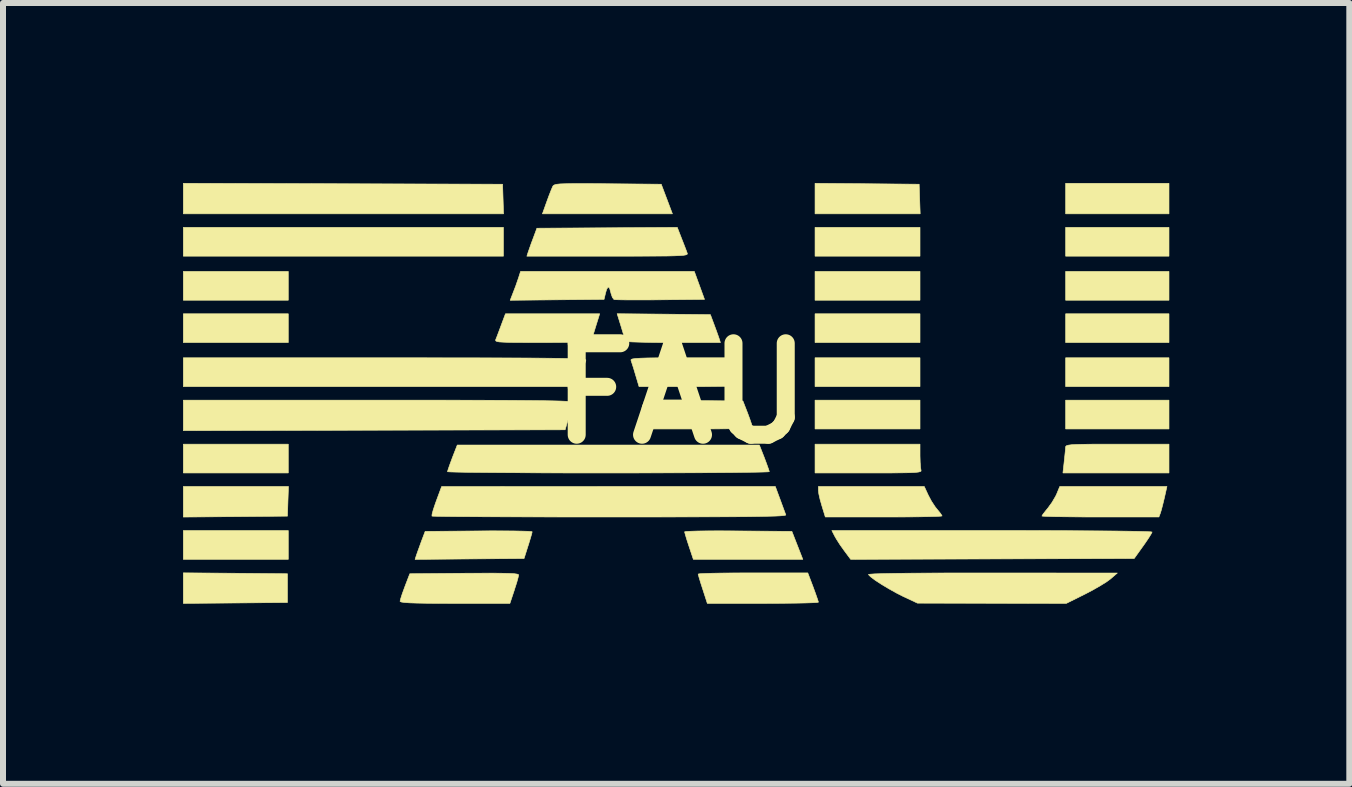
<source format=kicad_pcb>
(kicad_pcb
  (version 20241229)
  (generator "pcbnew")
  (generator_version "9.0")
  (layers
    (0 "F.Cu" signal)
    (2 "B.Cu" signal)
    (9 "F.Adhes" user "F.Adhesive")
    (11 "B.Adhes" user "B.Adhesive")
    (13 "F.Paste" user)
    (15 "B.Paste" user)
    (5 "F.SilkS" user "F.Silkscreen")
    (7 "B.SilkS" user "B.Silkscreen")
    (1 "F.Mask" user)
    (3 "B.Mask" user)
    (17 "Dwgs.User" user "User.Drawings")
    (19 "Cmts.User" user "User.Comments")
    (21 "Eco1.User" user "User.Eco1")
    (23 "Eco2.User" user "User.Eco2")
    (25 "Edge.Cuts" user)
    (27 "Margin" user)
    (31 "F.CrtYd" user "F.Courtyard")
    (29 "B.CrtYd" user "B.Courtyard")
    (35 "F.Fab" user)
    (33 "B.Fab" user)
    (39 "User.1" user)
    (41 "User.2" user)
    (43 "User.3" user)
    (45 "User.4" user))
  (footprint "FAU"
    (layer "F.Cu")
    (at 8.302 3.505)
    (property "Reference" "FAU" (at 0 0 0) (layer "F.SilkS") (effects (font (size 1.524 1.524) (thickness 0.3))))
    (attr through_hole)
    (fp_poly (pts (xy -6.548 -1.552) (xy -8.297 -1.552) (xy -8.297 -2.032) (xy -6.548 -2.032) (xy -6.548 -1.552)) (stroke (width 0.01) (type solid)) (fill yes) (layer "F.SilkS"))
    (fp_poly (pts (xy -6.548 -0.847) (xy -8.297 -0.847) (xy -8.297 -1.326) (xy -6.548 -1.326) (xy -6.548 -0.847)) (stroke (width 0.01) (type solid)) (fill yes) (layer "F.SilkS"))
    (fp_poly (pts (xy -6.548 1.326) (xy -8.297 1.326) (xy -8.297 0.847) (xy -6.548 0.847) (xy -6.548 1.326)) (stroke (width 0.01) (type solid)) (fill yes) (layer "F.SilkS"))
    (fp_poly (pts (xy -6.548 2.766) (xy -8.297 2.766) (xy -8.297 2.286) (xy -6.548 2.286) (xy -6.548 2.766)) (stroke (width 0.01) (type solid)) (fill yes) (layer "F.SilkS"))
    (fp_poly (pts (xy -2.963 -2.286) (xy -8.297 -2.286) (xy -8.297 -2.766) (xy -2.963 -2.766) (xy -2.963 -2.286)) (stroke (width 0.01) (type solid)) (fill yes) (layer "F.SilkS"))
    (fp_poly (pts (xy 3.979 -2.286) (xy 2.23 -2.286) (xy 2.23 -2.766) (xy 3.979 -2.766) (xy 3.979 -2.286)) (stroke (width 0.01) (type solid)) (fill yes) (layer "F.SilkS"))
    (fp_poly (pts (xy 3.979 -1.552) (xy 2.23 -1.552) (xy 2.23 -2.032) (xy 3.979 -2.032) (xy 3.979 -1.552)) (stroke (width 0.01) (type solid)) (fill yes) (layer "F.SilkS"))
    (fp_poly (pts (xy 3.979 -0.847) (xy 2.23 -0.847) (xy 2.23 -1.326) (xy 3.979 -1.326) (xy 3.979 -0.847)) (stroke (width 0.01) (type solid)) (fill yes) (layer "F.SilkS"))
    (fp_poly (pts (xy 3.979 -0.113) (xy 2.23 -0.113) (xy 2.23 -0.593) (xy 3.979 -0.593) (xy 3.979 -0.113)) (stroke (width 0.01) (type solid)) (fill yes) (layer "F.SilkS"))
    (fp_poly (pts (xy 3.979 0.593) (xy 2.23 0.593) (xy 2.23 0.113) (xy 3.979 0.113) (xy 3.979 0.593)) (stroke (width 0.01) (type solid)) (fill yes) (layer "F.SilkS"))
    (fp_poly (pts (xy 8.128 -2.992) (xy 6.406 -2.992) (xy 6.406 -3.5) (xy 8.128 -3.5) (xy 8.128 -2.992)) (stroke (width 0.01) (type solid)) (fill yes) (layer "F.SilkS"))
    (fp_poly (pts (xy 8.128 -2.286) (xy 6.406 -2.286) (xy 6.406 -2.766) (xy 8.128 -2.766) (xy 8.128 -2.286)) (stroke (width 0.01) (type solid)) (fill yes) (layer "F.SilkS"))
    (fp_poly (pts (xy 8.128 -1.552) (xy 6.406 -1.552) (xy 6.406 -2.032) (xy 8.128 -2.032) (xy 8.128 -1.552)) (stroke (width 0.01) (type solid)) (fill yes) (layer "F.SilkS"))
    (fp_poly (pts (xy 8.128 -0.847) (xy 6.406 -0.847) (xy 6.406 -1.326) (xy 8.128 -1.326) (xy 8.128 -0.847)) (stroke (width 0.01) (type solid)) (fill yes) (layer "F.SilkS"))
    (fp_poly (pts (xy 8.128 -0.113) (xy 6.406 -0.113) (xy 6.406 -0.593) (xy 8.128 -0.593) (xy 8.128 -0.113)) (stroke (width 0.01) (type solid)) (fill yes) (layer "F.SilkS"))
    (fp_poly (pts (xy 8.128 0.593) (xy 6.406 0.593) (xy 6.406 0.113) (xy 8.128 0.113) (xy 8.128 0.593)) (stroke (width 0.01) (type solid)) (fill yes) (layer "F.SilkS"))
    (fp_poly (pts (xy -7.429 2.998) (xy -6.562 3.006) (xy -6.562 3.485) (xy -7.429 3.493) (xy -8.297 3.5) (xy -8.297 2.991) (xy -7.429 2.998)) (stroke (width 0.01) (type solid)) (fill yes) (layer "F.SilkS"))
    (fp_poly (pts (xy -6.554 1.799) (xy -6.562 2.046) (xy -7.429 2.054) (xy -8.297 2.061) (xy -8.297 1.552) (xy -6.545 1.552) (xy -6.554 1.799)) (stroke (width 0.01) (type solid)) (fill yes) (layer "F.SilkS"))
    (fp_poly (pts (xy -5.637 -3.493) (xy -2.977 -3.485) (xy -2.969 -3.239) (xy -2.961 -2.992) (xy -8.297 -2.992) (xy -8.297 -3.5) (xy -5.637 -3.493)) (stroke (width 0.01) (type solid)) (fill yes) (layer "F.SilkS"))
    (fp_poly (pts (xy 3.097 -3.493) (xy 3.965 -3.485) (xy 3.973 -3.239) (xy 3.982 -2.992) (xy 2.23 -2.992) (xy 2.23 -3.5) (xy 3.097 -3.493)) (stroke (width 0.01) (type solid)) (fill yes) (layer "F.SilkS"))
    (fp_poly (pts (xy 0.831 2.292) (xy 0.95 2.293) (xy 1.844 2.3) (xy 1.935 2.533) (xy 2.026 2.766) (xy 0.202 2.766) (xy 0.129 2.547) (xy 0.095 2.443) (xy 0.07 2.36) (xy 0.057 2.312) (xy 0.056 2.307) (xy 0.084 2.302) (xy 0.16 2.298) (xy 0.28 2.294) (xy 0.436 2.292) (xy 0.622 2.291) (xy 0.831 2.292)) (stroke (width 0.01) (type solid)) (fill yes) (layer "F.SilkS"))
    (fp_poly (pts (xy 3.979 1.042) (xy 3.982 1.147) (xy 3.988 1.234) (xy 3.996 1.282) (xy 3.997 1.294) (xy 3.983 1.304) (xy 3.95 1.312) (xy 3.893 1.318) (xy 3.805 1.322) (xy 3.681 1.324) (xy 3.516 1.326) (xy 3.303 1.326) (xy 3.122 1.326) (xy 2.23 1.326) (xy 2.23 0.847) (xy 3.979 0.847) (xy 3.979 1.042)) (stroke (width 0.01) (type solid)) (fill yes) (layer "F.SilkS"))
    (fp_poly (pts (xy 8.128 1.326) (xy 6.361 1.326) (xy 6.382 1.136) (xy 6.393 1.031) (xy 6.402 0.944) (xy 6.405 0.896) (xy 6.409 0.882) (xy 6.423 0.871) (xy 6.453 0.863) (xy 6.505 0.856) (xy 6.586 0.852) (xy 6.7 0.849) (xy 6.853 0.847) (xy 7.053 0.847) (xy 7.267 0.847) (xy 8.128 0.847) (xy 8.128 1.326)) (stroke (width 0.01) (type solid)) (fill yes) (layer "F.SilkS"))
    (fp_poly (pts (xy -1.471 -3.495) (xy -1.224 -3.493) (xy -0.333 -3.485) (xy -0.24 -3.239) (xy -0.147 -2.992) (xy -2.313 -2.992) (xy -2.24 -3.196) (xy -2.201 -3.302) (xy -2.166 -3.391) (xy -2.142 -3.447) (xy -2.14 -3.451) (xy -2.13 -3.464) (xy -2.11 -3.475) (xy -2.076 -3.484) (xy -2.02 -3.49) (xy -1.938 -3.493) (xy -1.823 -3.495) (xy -1.669 -3.496) (xy -1.471 -3.495)) (stroke (width 0.01) (type solid)) (fill yes) (layer "F.SilkS"))
    (fp_poly (pts (xy -2.959 2.292) (xy -2.786 2.293) (xy -2.647 2.296) (xy -2.546 2.299) (xy -2.492 2.304) (xy -2.484 2.307) (xy -2.492 2.342) (xy -2.514 2.417) (xy -2.544 2.516) (xy -2.552 2.54) (xy -2.619 2.752) (xy -3.527 2.759) (xy -4.435 2.767) (xy -4.415 2.703) (xy -4.394 2.643) (xy -4.361 2.552) (xy -4.331 2.469) (xy -4.267 2.3) (xy -3.376 2.293) (xy -3.158 2.291) (xy -2.959 2.292)) (stroke (width 0.01) (type solid)) (fill yes) (layer "F.SilkS"))
    (fp_poly (pts (xy -0.291 -1.32) (xy 0.486 -1.312) (xy 0.549 -1.143) (xy 0.586 -1.043) (xy 0.617 -0.956) (xy 0.633 -0.91) (xy 0.653 -0.847) (xy -0.139 -0.847) (xy -0.344 -0.847) (xy -0.529 -0.849) (xy -0.688 -0.853) (xy -0.812 -0.857) (xy -0.896 -0.862) (xy -0.931 -0.867) (xy -0.932 -0.868) (xy -0.94 -0.903) (xy -0.961 -0.978) (xy -0.991 -1.078) (xy -1 -1.108) (xy -1.068 -1.327) (xy -0.291 -1.32)) (stroke (width 0.01) (type solid)) (fill yes) (layer "F.SilkS"))
    (fp_poly (pts (xy 4.116 1.695) (xy 4.17 1.797) (xy 4.234 1.894) (xy 4.264 1.931) (xy 4.314 1.992) (xy 4.343 2.034) (xy 4.346 2.043) (xy 4.319 2.047) (xy 4.242 2.051) (xy 4.121 2.054) (xy 3.963 2.057) (xy 3.775 2.059) (xy 3.562 2.06) (xy 3.374 2.06) (xy 2.401 2.06) (xy 2.344 1.874) (xy 2.314 1.769) (xy 2.293 1.676) (xy 2.286 1.62) (xy 2.286 1.552) (xy 4.05 1.552) (xy 4.116 1.695)) (stroke (width 0.01) (type solid)) (fill yes) (layer "F.SilkS"))
    (fp_poly (pts (xy 8.051 1.743) (xy 8.025 1.85) (xy 8.001 1.942) (xy 7.984 1.997) (xy 7.96 2.06) (xy 6.986 2.06) (xy 6.758 2.06) (xy 6.548 2.058) (xy 6.365 2.056) (xy 6.213 2.054) (xy 6.099 2.05) (xy 6.03 2.047) (xy 6.011 2.044) (xy 6.028 2.014) (xy 6.072 1.958) (xy 6.109 1.913) (xy 6.178 1.818) (xy 6.239 1.714) (xy 6.257 1.676) (xy 6.308 1.552) (xy 7.201 1.552) (xy 8.094 1.552) (xy 8.051 1.743)) (stroke (width 0.01) (type solid)) (fill yes) (layer "F.SilkS"))
    (fp_poly (pts (xy -4.537 0.113) (xy -4.076 0.113) (xy -3.666 0.114) (xy -3.305 0.115) (xy -2.991 0.116) (xy -2.719 0.118) (xy -2.489 0.12) (xy -2.297 0.122) (xy -2.141 0.125) (xy -2.019 0.128) (xy -1.927 0.132) (xy -1.863 0.136) (xy -1.824 0.141) (xy -1.809 0.147) (xy -1.808 0.148) (xy -1.817 0.191) (xy -1.838 0.271) (xy -1.867 0.374) (xy -1.873 0.395) (xy -1.935 0.607) (xy -5.116 0.614) (xy -8.297 0.621) (xy -8.297 0.113) (xy -5.052 0.113) (xy -4.537 0.113)) (stroke (width 0.01) (type solid)) (fill yes) (layer "F.SilkS"))
    (fp_poly (pts (xy -4.421 -0.593) (xy -3.96 -0.592) (xy -3.55 -0.592) (xy -3.188 -0.591) (xy -2.871 -0.59) (xy -2.597 -0.589) (xy -2.363 -0.587) (xy -2.166 -0.585) (xy -2.003 -0.583) (xy -1.871 -0.58) (xy -1.769 -0.577) (xy -1.692 -0.573) (xy -1.639 -0.569) (xy -1.606 -0.564) (xy -1.591 -0.558) (xy -1.589 -0.554) (xy -1.604 -0.509) (xy -1.63 -0.427) (xy -1.661 -0.325) (xy -1.664 -0.314) (xy -1.724 -0.113) (xy -8.297 -0.113) (xy -8.297 -0.593) (xy -4.936 -0.593) (xy -4.421 -0.593)) (stroke (width 0.01) (type solid)) (fill yes) (layer "F.SilkS"))
    (fp_poly (pts (xy 5.589 2.286) (xy 5.976 2.287) (xy 6.336 2.288) (xy 6.666 2.29) (xy 6.962 2.292) (xy 7.221 2.294) (xy 7.439 2.297) (xy 7.614 2.3) (xy 7.743 2.304) (xy 7.821 2.307) (xy 7.846 2.311) (xy 7.83 2.344) (xy 7.789 2.41) (xy 7.729 2.499) (xy 7.697 2.544) (xy 7.548 2.752) (xy 5.186 2.759) (xy 2.824 2.766) (xy 2.714 2.618) (xy 2.647 2.524) (xy 2.588 2.432) (xy 2.557 2.378) (xy 2.51 2.286) (xy 5.178 2.286) (xy 5.589 2.286)) (stroke (width 0.01) (type solid)) (fill yes) (layer "F.SilkS"))
    (fp_poly (pts (xy 7.267 2.994) (xy 7.154 3.092) (xy 7.083 3.144) (xy 6.976 3.21) (xy 6.848 3.283) (xy 6.729 3.345) (xy 6.417 3.5) (xy 3.937 3.496) (xy 3.708 3.389) (xy 3.588 3.328) (xy 3.461 3.257) (xy 3.339 3.184) (xy 3.233 3.115) (xy 3.156 3.057) (xy 3.119 3.02) (xy 3.143 3.014) (xy 3.223 3.008) (xy 3.36 3.004) (xy 3.554 3) (xy 3.804 2.997) (xy 4.11 2.995) (xy 4.473 2.993) (xy 4.892 2.993) (xy 5.184 2.993) (xy 7.267 2.994)) (stroke (width 0.01) (type solid)) (fill yes) (layer "F.SilkS"))
    (fp_poly (pts (xy 0.008 -2.576) (xy 0.048 -2.474) (xy 0.081 -2.388) (xy 0.1 -2.336) (xy 0.101 -2.335) (xy 0.102 -2.324) (xy 0.095 -2.314) (xy 0.074 -2.307) (xy 0.035 -2.3) (xy -0.027 -2.296) (xy -0.117 -2.292) (xy -0.238 -2.289) (xy -0.396 -2.288) (xy -0.596 -2.287) (xy -0.842 -2.286) (xy -1.138 -2.286) (xy -1.227 -2.286) (xy -2.572 -2.286) (xy -2.552 -2.349) (xy -2.531 -2.409) (xy -2.499 -2.5) (xy -2.468 -2.582) (xy -2.405 -2.752) (xy -1.235 -2.759) (xy -0.066 -2.766) (xy 0.008 -2.576)) (stroke (width 0.01) (type solid)) (fill yes) (layer "F.SilkS"))
    (fp_poly (pts (xy 0.303 -1.799) (xy 0.388 -1.566) (xy -0.349 -1.559) (xy -0.549 -1.557) (xy -0.73 -1.557) (xy -0.886 -1.557) (xy -1.008 -1.559) (xy -1.089 -1.561) (xy -1.12 -1.564) (xy -1.147 -1.598) (xy -1.17 -1.665) (xy -1.173 -1.678) (xy -1.194 -1.753) (xy -1.217 -1.773) (xy -1.242 -1.736) (xy -1.261 -1.672) (xy -1.286 -1.566) (xy -2.068 -1.559) (xy -2.85 -1.551) (xy -2.798 -1.686) (xy -2.758 -1.79) (xy -2.722 -1.894) (xy -2.711 -1.926) (xy -2.677 -2.032) (xy 0.218 -2.032) (xy 0.303 -1.799)) (stroke (width 0.01) (type solid)) (fill yes) (layer "F.SilkS"))
    (fp_poly (pts (xy 0.057 0.118) (xy 0.203 0.12) (xy 1.028 0.127) (xy 1.105 0.325) (xy 1.142 0.425) (xy 1.17 0.507) (xy 1.183 0.555) (xy 1.184 0.557) (xy 1.172 0.568) (xy 1.133 0.576) (xy 1.062 0.583) (xy 0.955 0.587) (xy 0.805 0.59) (xy 0.609 0.592) (xy 0.362 0.593) (xy 0.344 0.593) (xy -0.497 0.593) (xy -0.559 0.382) (xy -0.588 0.278) (xy -0.61 0.194) (xy -0.621 0.145) (xy -0.621 0.141) (xy -0.594 0.132) (xy -0.514 0.125) (xy -0.378 0.12) (xy -0.188 0.118) (xy 0.057 0.118)) (stroke (width 0.01) (type solid)) (fill yes) (layer "F.SilkS"))
    (fp_poly (pts (xy 2.198 3.226) (xy 2.237 3.333) (xy 2.267 3.419) (xy 2.284 3.471) (xy 2.286 3.48) (xy 2.259 3.485) (xy 2.182 3.489) (xy 2.062 3.493) (xy 1.905 3.496) (xy 1.718 3.498) (xy 1.508 3.499) (xy 1.36 3.5) (xy 0.435 3.5) (xy 0.359 3.265) (xy 0.324 3.157) (xy 0.298 3.071) (xy 0.284 3.019) (xy 0.282 3.011) (xy 0.309 3.006) (xy 0.386 3.002) (xy 0.506 2.998) (xy 0.663 2.995) (xy 0.849 2.993) (xy 1.059 2.992) (xy 1.196 2.992) (xy 2.109 2.992) (xy 2.198 3.226)) (stroke (width 0.01) (type solid)) (fill yes) (layer "F.SilkS"))
    (fp_poly (pts (xy -1.427 -1.108) (xy -1.459 -1.003) (xy -1.483 -0.92) (xy -1.495 -0.873) (xy -1.495 -0.868) (xy -1.523 -0.862) (xy -1.599 -0.857) (xy -1.718 -0.853) (xy -1.872 -0.85) (xy -2.054 -0.848) (xy -2.258 -0.847) (xy -2.303 -0.847) (xy -2.538 -0.847) (xy -2.722 -0.848) (xy -2.861 -0.849) (xy -2.962 -0.853) (xy -3.029 -0.857) (xy -3.07 -0.864) (xy -3.089 -0.874) (xy -3.094 -0.886) (xy -3.091 -0.896) (xy -3.071 -0.946) (xy -3.039 -1.031) (xy -3.001 -1.133) (xy -3 -1.136) (xy -2.929 -1.326) (xy -1.359 -1.326) (xy -1.427 -1.108)) (stroke (width 0.01) (type solid)) (fill yes) (layer "F.SilkS"))
    (fp_poly (pts (xy 0.844 -0.364) (xy 0.883 -0.26) (xy 0.914 -0.178) (xy 0.93 -0.131) (xy 0.931 -0.125) (xy 0.904 -0.122) (xy 0.828 -0.119) (xy 0.709 -0.117) (xy 0.555 -0.115) (xy 0.372 -0.113) (xy 0.168 -0.113) (xy 0.114 -0.113) (xy -0.703 -0.113) (xy -0.763 -0.314) (xy -0.794 -0.418) (xy -0.821 -0.502) (xy -0.837 -0.552) (xy -0.838 -0.554) (xy -0.834 -0.565) (xy -0.81 -0.574) (xy -0.76 -0.581) (xy -0.678 -0.586) (xy -0.56 -0.59) (xy -0.399 -0.592) (xy -0.19 -0.593) (xy -0.048 -0.593) (xy 0.757 -0.593) (xy 0.844 -0.364)) (stroke (width 0.01) (type solid)) (fill yes) (layer "F.SilkS"))
    (fp_poly (pts (xy -2.986 2.998) (xy -2.866 3.001) (xy -2.784 3.005) (xy -2.734 3.012) (xy -2.712 3.021) (xy -2.709 3.026) (xy -2.718 3.068) (xy -2.74 3.149) (xy -2.773 3.251) (xy -2.782 3.281) (xy -2.855 3.5) (xy -3.77 3.5) (xy -4.032 3.499) (xy -4.242 3.498) (xy -4.405 3.495) (xy -4.526 3.491) (xy -4.609 3.485) (xy -4.66 3.478) (xy -4.683 3.469) (xy -4.685 3.464) (xy -4.675 3.422) (xy -4.65 3.343) (xy -4.613 3.242) (xy -4.604 3.217) (xy -4.523 3.006) (xy -3.616 2.998) (xy -3.356 2.997) (xy -3.147 2.996) (xy -2.986 2.998)) (stroke (width 0.01) (type solid)) (fill yes) (layer "F.SilkS"))
    (fp_poly (pts (xy 1.385 1.072) (xy 1.423 1.174) (xy 1.452 1.255) (xy 1.467 1.301) (xy 1.467 1.305) (xy 1.44 1.308) (xy 1.36 1.311) (xy 1.231 1.314) (xy 1.057 1.316) (xy 0.843 1.319) (xy 0.591 1.321) (xy 0.306 1.323) (xy -0.008 1.324) (xy -0.347 1.325) (xy -0.709 1.326) (xy -1.087 1.326) (xy -1.214 1.326) (xy -1.597 1.326) (xy -1.965 1.326) (xy -2.312 1.325) (xy -2.634 1.323) (xy -2.929 1.321) (xy -3.192 1.319) (xy -3.419 1.317) (xy -3.606 1.315) (xy -3.75 1.312) (xy -3.847 1.309) (xy -3.892 1.306) (xy -3.895 1.305) (xy -3.885 1.27) (xy -3.86 1.197) (xy -3.824 1.099) (xy -3.814 1.072) (xy -3.732 0.861) (xy 1.302 0.861) (xy 1.385 1.072)) (stroke (width 0.01) (type solid)) (fill yes) (layer "F.SilkS"))
    (fp_poly (pts (xy 1.649 1.771) (xy 1.688 1.877) (xy 1.72 1.964) (xy 1.74 2.018) (xy 1.743 2.025) (xy 1.735 2.031) (xy 1.704 2.036) (xy 1.649 2.041) (xy 1.566 2.045) (xy 1.452 2.048) (xy 1.305 2.051) (xy 1.123 2.054) (xy 0.901 2.056) (xy 0.639 2.057) (xy 0.332 2.058) (xy -0.021 2.059) (xy -0.423 2.06) (xy -0.878 2.06) (xy -1.192 2.06) (xy -1.595 2.06) (xy -1.982 2.06) (xy -2.349 2.059) (xy -2.693 2.058) (xy -3.01 2.057) (xy -3.296 2.056) (xy -3.547 2.054) (xy -3.76 2.053) (xy -3.931 2.051) (xy -4.056 2.049) (xy -4.132 2.047) (xy -4.154 2.045) (xy -4.152 2.014) (xy -4.133 1.943) (xy -4.1 1.844) (xy -4.081 1.791) (xy -3.993 1.553) (xy -1.213 1.552) (xy 1.568 1.552) (xy 1.649 1.771)) (stroke (width 0.01) (type solid)) (fill yes) (layer "F.SilkS")))
  (gr_rect
    (start -3 -3)
    (end 19.435 10.011)
    (stroke (width 0.1) (type default))
    (fill no)
    (layer "Edge.Cuts")))
</source>
